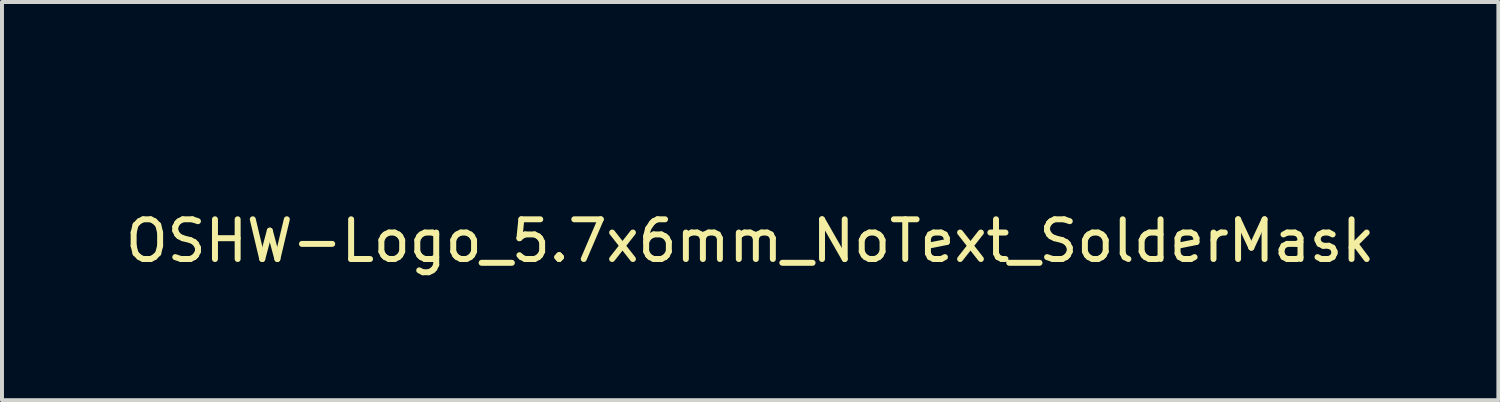
<source format=kicad_pcb>
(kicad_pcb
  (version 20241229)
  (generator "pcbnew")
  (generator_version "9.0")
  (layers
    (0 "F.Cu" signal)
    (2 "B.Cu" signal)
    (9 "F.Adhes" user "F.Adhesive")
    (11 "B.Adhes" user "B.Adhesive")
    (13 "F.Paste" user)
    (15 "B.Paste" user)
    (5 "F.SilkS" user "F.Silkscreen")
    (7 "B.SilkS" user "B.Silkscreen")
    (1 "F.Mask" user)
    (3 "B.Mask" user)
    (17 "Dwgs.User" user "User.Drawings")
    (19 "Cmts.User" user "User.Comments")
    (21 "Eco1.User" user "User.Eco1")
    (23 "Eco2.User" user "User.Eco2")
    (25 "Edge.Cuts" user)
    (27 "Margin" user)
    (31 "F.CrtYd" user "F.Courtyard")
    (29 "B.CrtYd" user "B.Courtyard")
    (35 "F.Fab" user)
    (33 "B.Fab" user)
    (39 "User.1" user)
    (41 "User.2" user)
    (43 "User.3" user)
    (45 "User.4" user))
  (footprint "OSHW-Logo_5.7x6mm_NoText_SolderMask"
    (layer "F.Cu")
    (at 15.839 2.382)
    (property "Reference" "OSHW-Logo_5.7x6mm_NoText_SolderMask" (at 0 0.635 0) (layer "F.SilkS") (effects (font (size 1 1) (thickness 0.15))))
    (attr exclude_from_pos_files exclude_from_bom)
    (fp_poly (pts (xy 0.377 -2.075) (xy 0.434 -1.773) (xy 0.853 -1.6) (xy 1.105 -1.772) (xy 1.175 -1.819) (xy 1.239 -1.862) (xy 1.293 -1.897) (xy 1.334 -1.924) (xy 1.36 -1.939) (xy 1.367 -1.943) (xy 1.379 -1.934) (xy 1.406 -1.91) (xy 1.444 -1.874) (xy 1.491 -1.829) (xy 1.542 -1.778) (xy 1.596 -1.723) (xy 1.649 -1.669) (xy 1.698 -1.618) (xy 1.741 -1.573) (xy 1.773 -1.537) (xy 1.793 -1.513) (xy 1.798 -1.505) (xy 1.791 -1.49) (xy 1.772 -1.458) (xy 1.742 -1.412) (xy 1.705 -1.354) (xy 1.66 -1.288) (xy 1.635 -1.251) (xy 1.588 -1.182) (xy 1.546 -1.12) (xy 1.512 -1.068) (xy 1.487 -1.029) (xy 1.473 -1.006) (xy 1.471 -1.001) (xy 1.476 -0.987) (xy 1.489 -0.955) (xy 1.508 -0.909) (xy 1.531 -0.853) (xy 1.557 -0.792) (xy 1.583 -0.731) (xy 1.607 -0.675) (xy 1.628 -0.627) (xy 1.643 -0.593) (xy 1.651 -0.576) (xy 1.652 -0.576) (xy 1.665 -0.573) (xy 1.699 -0.566) (xy 1.75 -0.556) (xy 1.816 -0.543) (xy 1.893 -0.528) (xy 1.937 -0.52) (xy 2.019 -0.505) (xy 2.093 -0.49) (xy 2.155 -0.477) (xy 2.202 -0.466) (xy 2.23 -0.458) (xy 2.235 -0.456) (xy 2.241 -0.439) (xy 2.245 -0.402) (xy 2.248 -0.348) (xy 2.251 -0.282) (xy 2.252 -0.209) (xy 2.252 -0.132) (xy 2.251 -0.056) (xy 2.249 0.014) (xy 2.246 0.074) (xy 2.243 0.121) (xy 2.238 0.149) (xy 2.235 0.155) (xy 2.217 0.162) (xy 2.179 0.172) (xy 2.127 0.184) (xy 2.065 0.196) (xy 2.043 0.2) (xy 1.938 0.22) (xy 1.855 0.235) (xy 1.792 0.247) (xy 1.745 0.257) (xy 1.711 0.265) (xy 1.689 0.272) (xy 1.676 0.278) (xy 1.667 0.284) (xy 1.666 0.285) (xy 1.655 0.304) (xy 1.638 0.341) (xy 1.616 0.391) (xy 1.592 0.45) (xy 1.567 0.514) (xy 1.543 0.577) (xy 1.522 0.636) (xy 1.505 0.685) (xy 1.494 0.721) (xy 1.492 0.739) (xy 1.492 0.739) (xy 1.501 0.754) (xy 1.523 0.786) (xy 1.554 0.832) (xy 1.593 0.888) (xy 1.637 0.953) (xy 1.649 0.971) (xy 1.694 1.037) (xy 1.733 1.097) (xy 1.765 1.148) (xy 1.787 1.187) (xy 1.798 1.209) (xy 1.798 1.211) (xy 1.789 1.226) (xy 1.765 1.254) (xy 1.729 1.293) (xy 1.683 1.341) (xy 1.632 1.393) (xy 1.577 1.447) (xy 1.523 1.5) (xy 1.472 1.548) (xy 1.427 1.59) (xy 1.391 1.62) (xy 1.368 1.638) (xy 1.362 1.641) (xy 1.347 1.634) (xy 1.316 1.616) (xy 1.275 1.589) (xy 1.244 1.568) (xy 1.187 1.529) (xy 1.119 1.482) (xy 1.051 1.436) (xy 1.014 1.411) (xy 0.891 1.328) (xy 0.787 1.384) (xy 0.74 1.408) (xy 0.7 1.427) (xy 0.672 1.438) (xy 0.665 1.44) (xy 0.657 1.429) (xy 0.641 1.397) (xy 0.617 1.348) (xy 0.588 1.284) (xy 0.555 1.209) (xy 0.518 1.124) (xy 0.48 1.034) (xy 0.441 0.941) (xy 0.402 0.848) (xy 0.365 0.758) (xy 0.331 0.674) (xy 0.301 0.598) (xy 0.276 0.535) (xy 0.258 0.485) (xy 0.248 0.453) (xy 0.246 0.442) (xy 0.259 0.429) (xy 0.288 0.406) (xy 0.325 0.379) (xy 0.329 0.377) (xy 0.426 0.299) (xy 0.505 0.208) (xy 0.564 0.107) (xy 0.603 -0.002) (xy 0.621 -0.114) (xy 0.617 -0.228) (xy 0.591 -0.341) (xy 0.542 -0.449) (xy 0.527 -0.473) (xy 0.452 -0.568) (xy 0.364 -0.645) (xy 0.265 -0.702) (xy 0.158 -0.74) (xy 0.047 -0.758) (xy -0.066 -0.755) (xy -0.176 -0.732) (xy -0.282 -0.687) (xy -0.38 -0.621) (xy -0.41 -0.595) (xy -0.488 -0.51) (xy -0.544 -0.422) (xy -0.582 -0.323) (xy -0.604 -0.225) (xy -0.609 -0.114) (xy -0.591 -0.003) (xy -0.553 0.104) (xy -0.494 0.205) (xy -0.418 0.295) (xy -0.327 0.371) (xy -0.315 0.379) (xy -0.277 0.405) (xy -0.248 0.428) (xy -0.234 0.442) (xy -0.234 0.442) (xy -0.237 0.458) (xy -0.248 0.494) (xy -0.268 0.546) (xy -0.293 0.612) (xy -0.324 0.69) (xy -0.359 0.775) (xy -0.397 0.866) (xy -0.436 0.96) (xy -0.475 1.052) (xy -0.513 1.141) (xy -0.549 1.224) (xy -0.582 1.297) (xy -0.61 1.359) (xy -0.632 1.405) (xy -0.647 1.432) (xy -0.653 1.44) (xy -0.671 1.434) (xy -0.706 1.419) (xy -0.75 1.397) (xy -0.774 1.384) (xy -0.878 1.328) (xy -1.002 1.411) (xy -1.065 1.454) (xy -1.134 1.501) (xy -1.199 1.546) (xy -1.231 1.568) (xy -1.277 1.598) (xy -1.315 1.623) (xy -1.342 1.638) (xy -1.351 1.641) (xy -1.363 1.632) (xy -1.391 1.609) (xy -1.431 1.572) (xy -1.482 1.526) (xy -1.539 1.471) (xy -1.575 1.436) (xy -1.639 1.374) (xy -1.694 1.318) (xy -1.738 1.271) (xy -1.769 1.236) (xy -1.784 1.214) (xy -1.786 1.21) (xy -1.779 1.193) (xy -1.76 1.159) (xy -1.73 1.111) (xy -1.693 1.054) (xy -1.649 0.989) (xy -1.637 0.971) (xy -1.592 0.905) (xy -1.551 0.846) (xy -1.518 0.797) (xy -1.493 0.761) (xy -1.481 0.742) (xy -1.479 0.739) (xy -1.481 0.724) (xy -1.491 0.69) (xy -1.507 0.641) (xy -1.528 0.583) (xy -1.552 0.52) (xy -1.577 0.457) (xy -1.601 0.397) (xy -1.623 0.345) (xy -1.641 0.307) (xy -1.653 0.286) (xy -1.654 0.285) (xy -1.661 0.279) (xy -1.674 0.273) (xy -1.694 0.266) (xy -1.725 0.259) (xy -1.769 0.249) (xy -1.829 0.238) (xy -1.908 0.223) (xy -2.009 0.204) (xy -2.03 0.2) (xy -2.095 0.188) (xy -2.151 0.176) (xy -2.194 0.165) (xy -2.219 0.157) (xy -2.222 0.155) (xy -2.228 0.138) (xy -2.232 0.101) (xy -2.235 0.047) (xy -2.238 -0.019) (xy -2.239 -0.093) (xy -2.239 -0.169) (xy -2.239 -0.245) (xy -2.237 -0.315) (xy -2.234 -0.376) (xy -2.23 -0.422) (xy -2.225 -0.45) (xy -2.223 -0.456) (xy -2.206 -0.461) (xy -2.169 -0.471) (xy -2.114 -0.483) (xy -2.045 -0.497) (xy -1.967 -0.512) (xy -1.925 -0.52) (xy -1.844 -0.535) (xy -1.772 -0.549) (xy -1.712 -0.561) (xy -1.668 -0.569) (xy -1.643 -0.575) (xy -1.639 -0.576) (xy -1.633 -0.589) (xy -1.618 -0.621) (xy -1.598 -0.667) (xy -1.574 -0.723) (xy -1.548 -0.783) (xy -1.522 -0.844) (xy -1.498 -0.901) (xy -1.479 -0.949) (xy -1.465 -0.984) (xy -1.459 -1.001) (xy -1.459 -1.002) (xy -1.465 -1.015) (xy -1.485 -1.046) (xy -1.514 -1.092) (xy -1.552 -1.149) (xy -1.596 -1.214) (xy -1.622 -1.251) (xy -1.669 -1.32) (xy -1.71 -1.382) (xy -1.745 -1.435) (xy -1.77 -1.475) (xy -1.784 -1.5) (xy -1.786 -1.505) (xy -1.777 -1.518) (xy -1.754 -1.545) (xy -1.718 -1.584) (xy -1.673 -1.631) (xy -1.623 -1.683) (xy -1.569 -1.738) (xy -1.516 -1.791) (xy -1.465 -1.841) (xy -1.421 -1.884) (xy -1.385 -1.918) (xy -1.362 -1.938) (xy -1.354 -1.943) (xy -1.341 -1.936) (xy -1.311 -1.917) (xy -1.265 -1.887) (xy -1.208 -1.85) (xy -1.142 -1.805) (xy -1.092 -1.772) (xy -0.841 -1.6) (xy -0.631 -1.687) (xy -0.421 -1.773) (xy -0.364 -2.075) (xy -0.308 -2.377) (xy 0.32 -2.377) (xy 0.377 -2.075)) (stroke (width 0.01) (type solid)) (fill yes) (layer "F.Mask")))
  (gr_rect
    (start -3 -3)
    (end 34.679 7.027)
    (stroke (width 0.1) (type default))
    (fill no)
    (layer "Edge.Cuts")))
</source>
